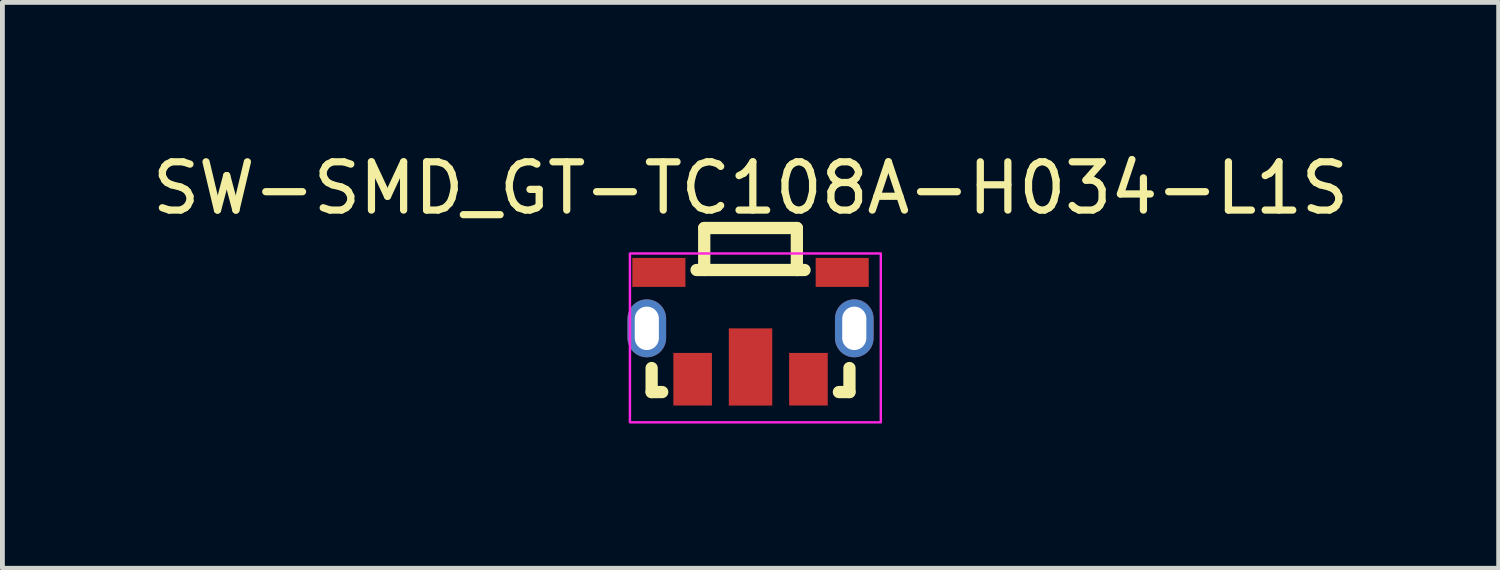
<source format=kicad_pcb>
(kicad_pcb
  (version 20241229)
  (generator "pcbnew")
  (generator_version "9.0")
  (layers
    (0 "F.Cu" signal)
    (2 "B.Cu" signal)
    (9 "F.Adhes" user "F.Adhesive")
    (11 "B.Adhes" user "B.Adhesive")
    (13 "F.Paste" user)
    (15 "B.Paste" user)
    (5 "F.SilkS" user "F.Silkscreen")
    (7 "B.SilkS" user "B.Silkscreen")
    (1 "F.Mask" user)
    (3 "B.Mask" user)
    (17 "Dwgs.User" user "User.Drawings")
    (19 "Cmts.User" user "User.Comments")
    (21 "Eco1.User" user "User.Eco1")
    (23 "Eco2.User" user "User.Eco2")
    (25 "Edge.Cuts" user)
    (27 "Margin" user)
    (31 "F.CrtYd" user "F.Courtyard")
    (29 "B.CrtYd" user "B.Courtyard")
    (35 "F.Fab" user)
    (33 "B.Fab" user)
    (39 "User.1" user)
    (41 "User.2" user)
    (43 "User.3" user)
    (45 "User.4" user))
  (footprint "SW-SMD_GT-TC108A-H034-L1S"
    (layer "F.Cu")
    (at 12.506 3.703)
    (property "Reference" "SW-SMD_GT-TC108A-H034-L1S" (at 0 -2.854 0) (layer "F.SilkS") (effects (font (size 1 1) (thickness 0.15))))
    (fp_line (start -2.05 1.373) (end -2.05 0.875) (stroke (width 0.254) (type default)) (layer "F.SilkS"))
    (fp_line (start -2.05 1.373) (end -1.831 1.373) (stroke (width 0.254) (type default)) (layer "F.SilkS"))
    (fp_line (start -0.96 -2.027) (end -0.96 -1.157) (stroke (width 0.254) (type default)) (layer "F.SilkS"))
    (fp_line (start -0.96 -2.027) (end 0.96 -2.027) (stroke (width 0.254) (type default)) (layer "F.SilkS"))
    (fp_line (start 0.96 -2.027) (end 0.96 -1.157) (stroke (width 0.254) (type default)) (layer "F.SilkS"))
    (fp_line (start 0.96 -1.157) (end -1.119 -1.157) (stroke (width 0.254) (type default)) (layer "F.SilkS"))
    (fp_line (start 0.96 -1.157) (end 1.119 -1.157) (stroke (width 0.254) (type default)) (layer "F.SilkS"))
    (fp_line (start 1.831 1.373) (end 2.05 1.373) (stroke (width 0.254) (type default)) (layer "F.SilkS"))
    (fp_line (start 2.05 1.373) (end 2.05 0.875) (stroke (width 0.254) (type default)) (layer "F.SilkS"))
    (fp_rect (start -2.5 -1.5) (end 2.7 2) (stroke (width 0.05) (type default)) (fill no) (layer "F.CrtYd"))
    (pad "1" smd rect (at -1.2 1.107 180) (size 0.8 1.09) (layers "F.Cu" "F.Mask" "F.Paste"))
    (pad "1" smd rect (at 1.2 1.107 180) (size 0.8 1.09) (layers "F.Cu" "F.Mask" "F.Paste"))
    (pad "2" smd rect (at 0 0.853 270) (size 1.6 0.9) (layers "F.Cu" "F.Mask" "F.Paste"))
    (pad "3" thru_hole oval (at -2.15 0.052 180) (size 0.8 1.2) (drill oval 0.5 0.9) (layers "*.Cu" "*.Mask"))
    (pad "3" smd rect (at -1.9 -1.107 180) (size 1.1 0.6) (layers "F.Cu" "F.Mask" "F.Paste"))
    (pad "3" smd rect (at 1.9 -1.107 180) (size 1.1 0.6) (layers "F.Cu" "F.Mask" "F.Paste"))
    (pad "3" thru_hole oval (at 2.15 0.052 180) (size 0.8 1.2) (drill oval 0.5 0.9) (layers "*.Cu" "*.Mask")))
  (gr_rect
    (start -3 -3)
    (end 28.012 8.728)
    (stroke (width 0.1) (type default))
    (fill no)
    (layer "Edge.Cuts")))
</source>
